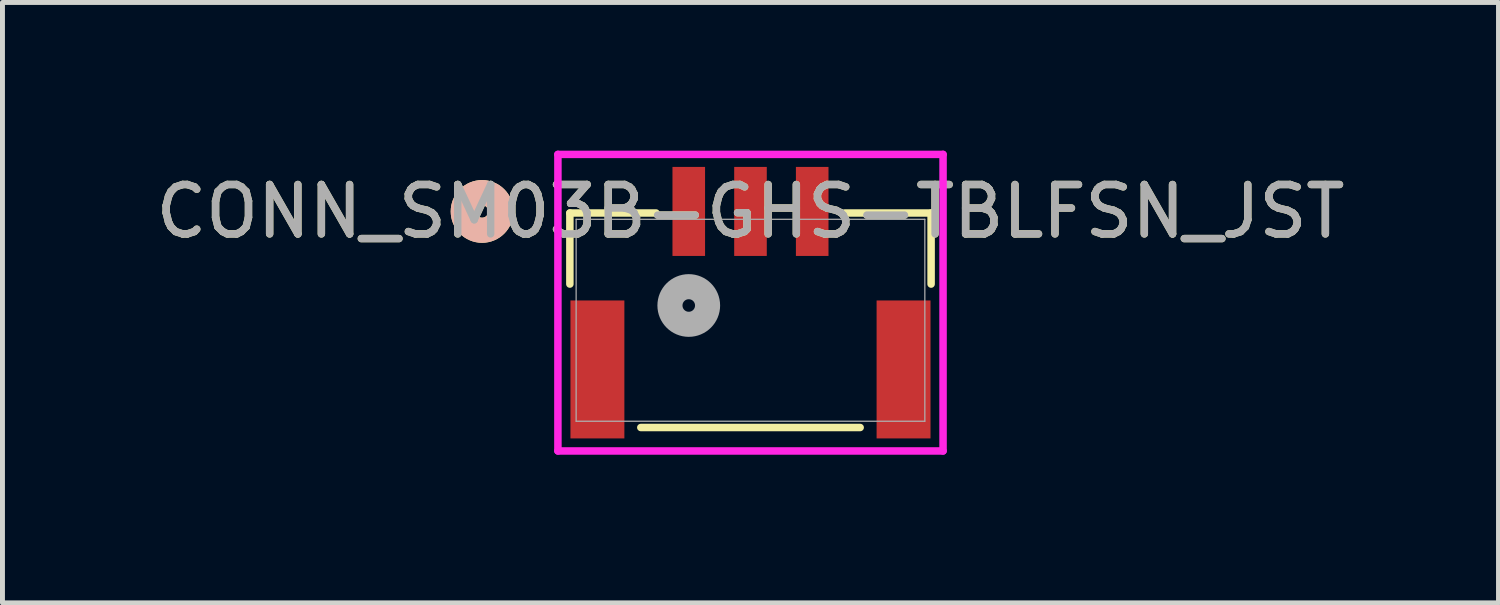
<source format=kicad_pcb>
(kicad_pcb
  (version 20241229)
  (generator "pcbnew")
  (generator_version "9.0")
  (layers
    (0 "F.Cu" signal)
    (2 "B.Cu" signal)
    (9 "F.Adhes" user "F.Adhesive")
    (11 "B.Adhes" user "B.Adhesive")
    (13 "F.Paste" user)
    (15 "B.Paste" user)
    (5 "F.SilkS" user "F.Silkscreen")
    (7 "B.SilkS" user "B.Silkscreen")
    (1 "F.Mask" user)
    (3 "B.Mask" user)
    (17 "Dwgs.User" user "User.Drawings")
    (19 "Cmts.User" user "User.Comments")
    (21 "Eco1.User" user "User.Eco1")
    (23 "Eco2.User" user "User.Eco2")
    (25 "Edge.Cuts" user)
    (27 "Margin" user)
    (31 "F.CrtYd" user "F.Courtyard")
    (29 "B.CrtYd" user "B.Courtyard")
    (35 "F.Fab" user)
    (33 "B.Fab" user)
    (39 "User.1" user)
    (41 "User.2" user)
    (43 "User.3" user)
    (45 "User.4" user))
  (footprint "CONN_SM03B-GHS-TBLFSN_JST"
    (layer "F.Cu")
    (at 12.149 3.436)
    (property "Reference" "CONN_SM03B-GHS-TBLFSN_JST" (at 0 -2.204 0) (unlocked yes) (layer "F.SilkS") (effects (font (size 1 1) (thickness 0.15))))
    (attr smd)
    (fp_line (start -3.658 -2.172) (end -3.658 -0.733) (stroke (width 0.152) (type solid)) (layer "F.SilkS"))
    (fp_line (start -2.221 2.172) (end 2.221 2.172) (stroke (width 0.152) (type solid)) (layer "F.SilkS"))
    (fp_line (start -1.913 -2.172) (end -3.658 -2.172) (stroke (width 0.152) (type solid)) (layer "F.SilkS"))
    (fp_line (start 3.658 -2.172) (end 1.913 -2.172) (stroke (width 0.152) (type solid)) (layer "F.SilkS"))
    (fp_line (start 3.658 -0.733) (end 3.658 -2.172) (stroke (width 0.152) (type solid)) (layer "F.SilkS"))
    (fp_circle (center -5.436 -2.204) (end -5.055 -2.204) (stroke (width 0.508) (type solid)) (fill no) (layer "F.SilkS"))
    (fp_circle (center -5.436 -2.204) (end -5.055 -2.204) (stroke (width 0.508) (type solid)) (fill no) (layer "B.SilkS"))
    (fp_line (start -3.9 -3.359) (end -3.9 2.647) (stroke (width 0.152) (type solid)) (layer "F.CrtYd"))
    (fp_line (start -3.9 2.647) (end 3.9 2.647) (stroke (width 0.152) (type solid)) (layer "F.CrtYd"))
    (fp_line (start 3.9 -3.359) (end -3.9 -3.359) (stroke (width 0.152) (type solid)) (layer "F.CrtYd"))
    (fp_line (start 3.9 2.647) (end 3.9 -3.359) (stroke (width 0.152) (type solid)) (layer "F.CrtYd"))
    (fp_line (start -3.531 -2.045) (end -3.531 2.045) (stroke (width 0.025) (type solid)) (layer "F.Fab"))
    (fp_line (start -3.531 2.045) (end 3.531 2.045) (stroke (width 0.025) (type solid)) (layer "F.Fab"))
    (fp_line (start 3.531 -2.045) (end -3.531 -2.045) (stroke (width 0.025) (type solid)) (layer "F.Fab"))
    (fp_line (start 3.531 2.045) (end 3.531 -2.045) (stroke (width 0.025) (type solid)) (layer "F.Fab"))
    (fp_circle (center -1.25 -0.299) (end -0.869 -0.299) (stroke (width 0.508) (type solid)) (fill no) (layer "F.Fab"))
    (fp_text user "${REFERENCE}" (at 0 -2.204 0) (unlocked yes) (layer "F.Fab") (effects (font (size 1 1) (thickness 0.15))))
    (pad "1" smd rect (at -1.25 -2.204) (size 0.66 1.803) (layers "F.Cu" "F.Mask" "F.Paste"))
    (pad "2" smd rect (at 0 -2.204) (size 0.66 1.803) (layers "F.Cu" "F.Mask" "F.Paste"))
    (pad "3" smd rect (at 1.25 -2.204) (size 0.66 1.803) (layers "F.Cu" "F.Mask" "F.Paste"))
    (pad "4" smd rect (at -3.1 0.996) (size 1.092 2.794) (layers "F.Cu" "F.Mask" "F.Paste"))
    (pad "5" smd rect (at 3.1 0.996) (size 1.092 2.794) (layers "F.Cu" "F.Mask" "F.Paste")))
  (gr_rect
    (start -3 -3)
    (end 27.298 9.159)
    (stroke (width 0.1) (type default))
    (fill no)
    (layer "Edge.Cuts")))
</source>
